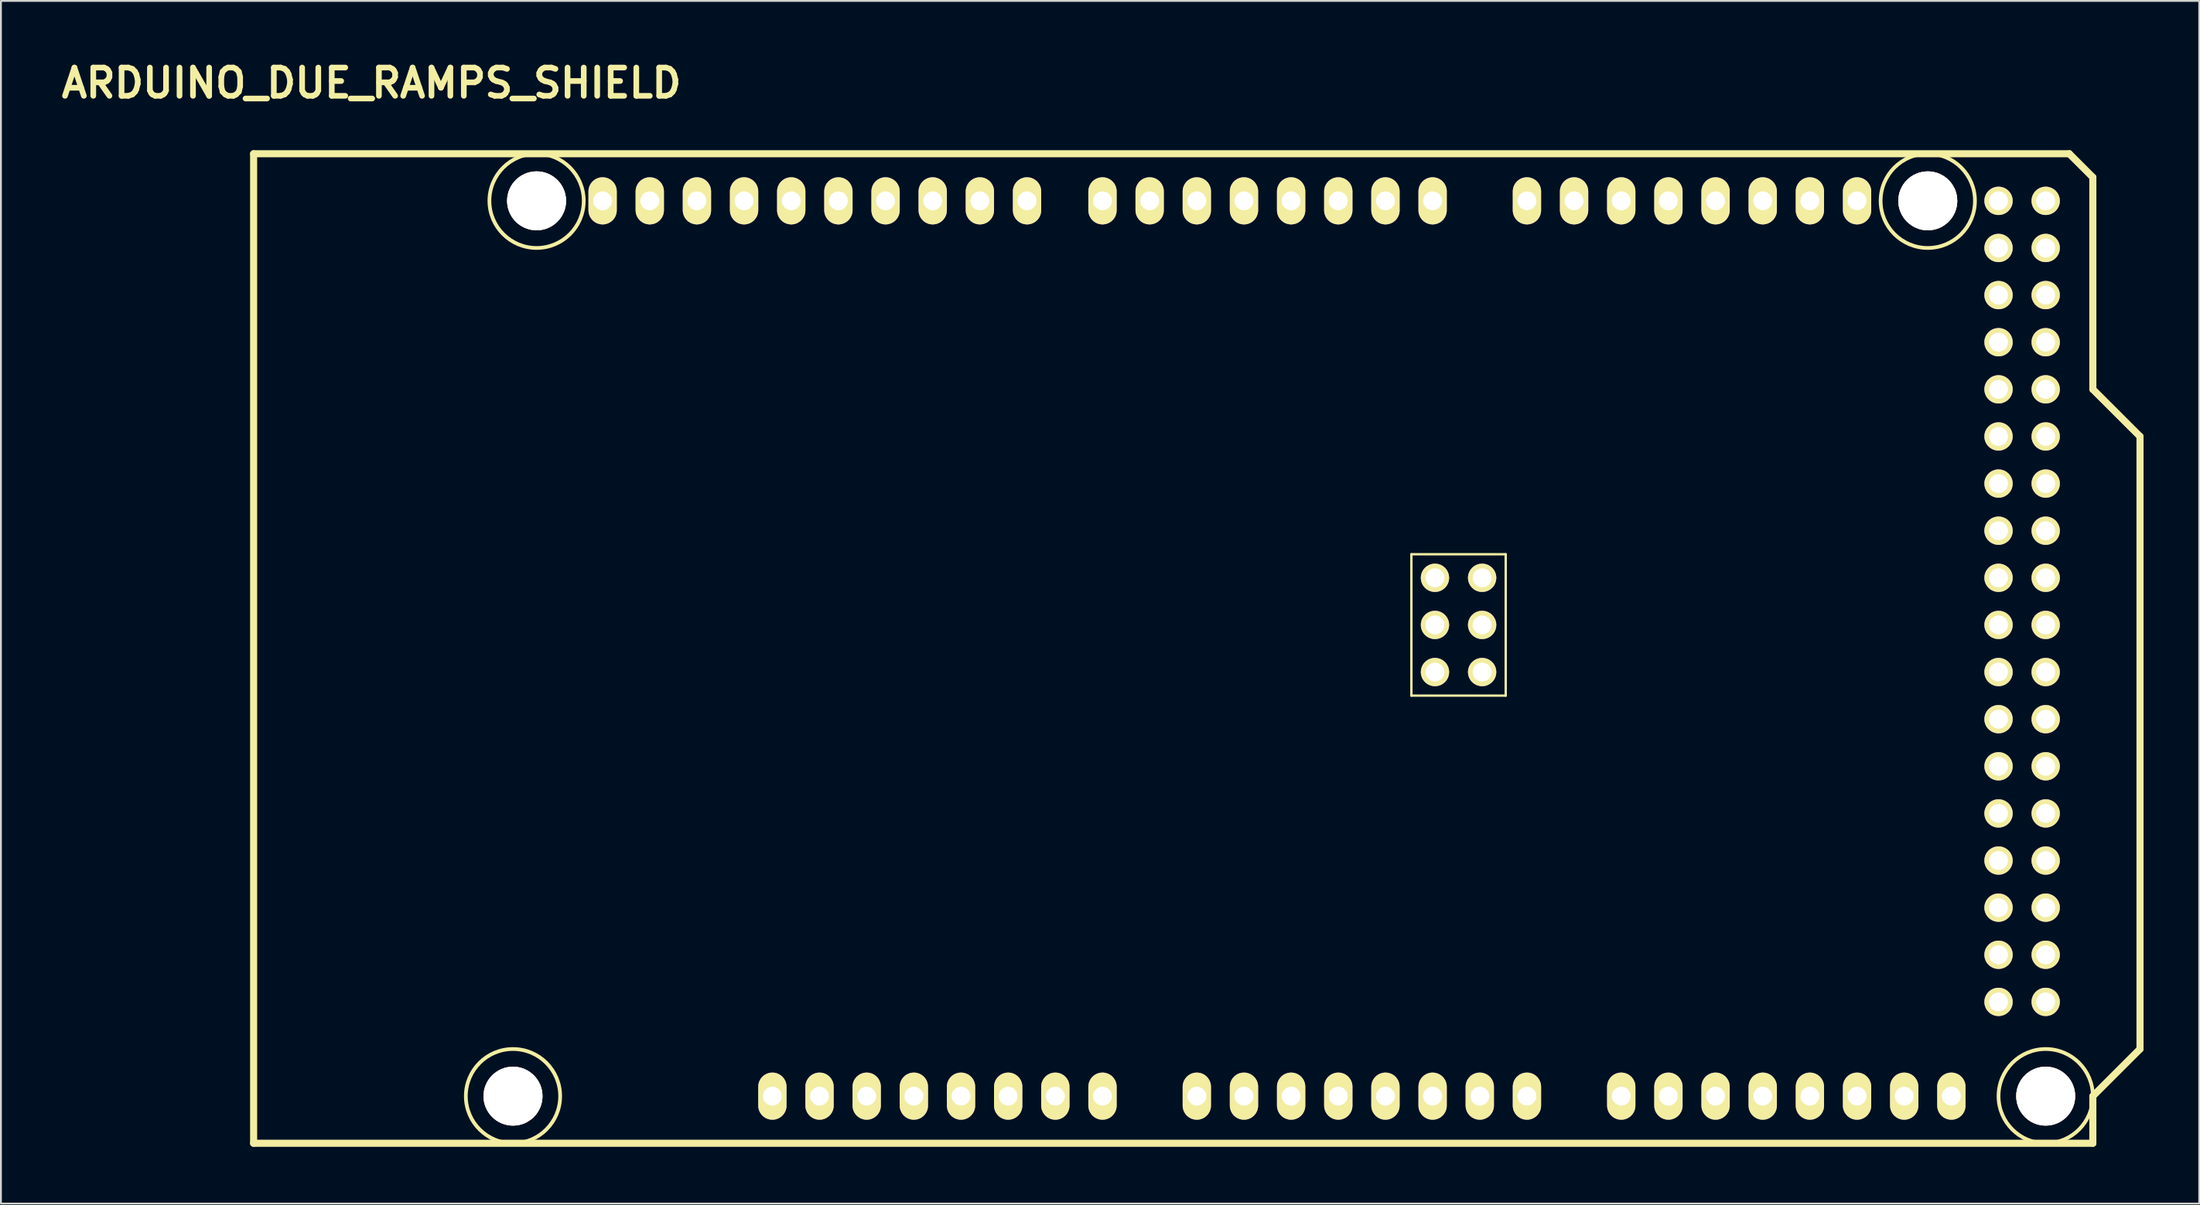
<source format=kicad_pcb>
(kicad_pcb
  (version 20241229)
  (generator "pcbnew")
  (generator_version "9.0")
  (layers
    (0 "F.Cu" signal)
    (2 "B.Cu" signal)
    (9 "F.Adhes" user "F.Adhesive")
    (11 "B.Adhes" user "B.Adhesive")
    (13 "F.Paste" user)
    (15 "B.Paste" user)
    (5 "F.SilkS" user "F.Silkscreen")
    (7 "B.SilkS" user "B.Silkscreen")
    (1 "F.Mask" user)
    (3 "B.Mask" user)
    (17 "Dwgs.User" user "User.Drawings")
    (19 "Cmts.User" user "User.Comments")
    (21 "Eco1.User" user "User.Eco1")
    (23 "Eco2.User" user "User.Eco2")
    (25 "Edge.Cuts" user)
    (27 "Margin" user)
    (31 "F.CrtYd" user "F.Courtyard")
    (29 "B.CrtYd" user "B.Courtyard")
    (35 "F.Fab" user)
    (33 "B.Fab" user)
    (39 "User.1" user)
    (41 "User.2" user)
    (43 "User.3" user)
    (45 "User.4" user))
  (footprint "ARDUINO_DUE_RAMPS_SHIELD"
    (layer "F.Cu")
    (at 10.61 58.576)
    (property "Reference" "ARDUINO_DUE_RAMPS_SHIELD" (at 6.35 -57.15 0) (layer "F.SilkS") (effects (font (size 1.524 1.524) (thickness 0.305))))
    (attr through_hole)
    (fp_line (start 0 0) (end 0 -53.34) (stroke (width 0.381) (type solid)) (layer "F.SilkS"))
    (fp_line (start 62.357 -31.75) (end 62.357 -24.13) (stroke (width 0.127) (type solid)) (layer "F.SilkS"))
    (fp_line (start 62.357 -24.13) (end 67.437 -24.13) (stroke (width 0.127) (type solid)) (layer "F.SilkS"))
    (fp_line (start 67.437 -31.75) (end 62.357 -31.75) (stroke (width 0.127) (type solid)) (layer "F.SilkS"))
    (fp_line (start 67.437 -24.13) (end 67.437 -31.75) (stroke (width 0.127) (type solid)) (layer "F.SilkS"))
    (fp_line (start 97.79 -53.34) (end 0 -53.34) (stroke (width 0.381) (type solid)) (layer "F.SilkS"))
    (fp_line (start 99.06 -52.07) (end 97.79 -53.34) (stroke (width 0.381) (type solid)) (layer "F.SilkS"))
    (fp_line (start 99.06 -40.64) (end 99.06 -52.07) (stroke (width 0.381) (type solid)) (layer "F.SilkS"))
    (fp_line (start 99.06 -40.64) (end 101.6 -38.1) (stroke (width 0.381) (type solid)) (layer "F.SilkS"))
    (fp_line (start 99.06 -2.54) (end 99.06 0) (stroke (width 0.381) (type solid)) (layer "F.SilkS"))
    (fp_line (start 99.06 0) (end 0 0) (stroke (width 0.381) (type solid)) (layer "F.SilkS"))
    (fp_line (start 101.6 -38.1) (end 101.6 -5.08) (stroke (width 0.381) (type solid)) (layer "F.SilkS"))
    (fp_line (start 101.6 -5.08) (end 99.06 -2.54) (stroke (width 0.381) (type solid)) (layer "F.SilkS"))
    (fp_circle (center 13.97 -2.54) (end 16.51 -2.54) (stroke (width 0.201) (type solid)) (fill no) (layer "F.SilkS"))
    (fp_circle (center 15.24 -50.8) (end 17.78 -50.8) (stroke (width 0.201) (type solid)) (fill no) (layer "F.SilkS"))
    (fp_circle (center 90.17 -50.8) (end 92.71 -50.8) (stroke (width 0.201) (type solid)) (fill no) (layer "F.SilkS"))
    (fp_circle (center 96.52 -2.54) (end 99.06 -2.54) (stroke (width 0.201) (type solid)) (fill no) (layer "F.SilkS"))
    (pad "" thru_hole circle (at 13.97 -2.54 90) (size 3.175 3.175) (drill 3.175) (layers "*.Cu" "*.Mask" "F.SilkS"))
    (pad "" thru_hole circle (at 15.24 -50.8) (size 3.175 3.175) (drill 3.175) (layers "*.Cu" "*.Mask" "F.SilkS"))
    (pad "" thru_hole circle (at 90.17 -50.8) (size 3.175 3.175) (drill 3.175) (layers "*.Cu" "*.Mask" "F.SilkS"))
    (pad "" thru_hole circle (at 96.52 -2.54 90) (size 3.175 3.175) (drill 3.175) (layers "*.Cu" "*.Mask" "F.SilkS"))
    (pad "0" thru_hole oval (at 63.5 -50.8 90) (size 2.54 1.524) (drill 1.016) (layers "*.Cu" "*.Mask" "F.SilkS"))
    (pad "1" thru_hole oval (at 60.96 -50.8 90) (size 2.54 1.524) (drill 1.016) (layers "*.Cu" "*.Mask" "F.SilkS"))
    (pad "2" thru_hole oval (at 58.42 -50.8 90) (size 2.54 1.524) (drill 1.016) (layers "*.Cu" "*.Mask" "F.SilkS"))
    (pad "3" thru_hole oval (at 55.88 -50.8 90) (size 2.54 1.524) (drill 1.016) (layers "*.Cu" "*.Mask" "F.SilkS"))
    (pad "3V3" thru_hole oval (at 35.56 -2.54 90) (size 2.54 1.524) (drill 1.016) (layers "*.Cu" "*.Mask" "F.SilkS"))
    (pad "4" thru_hole oval (at 53.34 -50.8 90) (size 2.54 1.524) (drill 1.016) (layers "*.Cu" "*.Mask" "F.SilkS"))
    (pad "5" thru_hole oval (at 50.8 -50.8 90) (size 2.54 1.524) (drill 1.016) (layers "*.Cu" "*.Mask" "F.SilkS"))
    (pad "5V" thru_hole oval (at 38.1 -2.54 90) (size 2.54 1.524) (drill 1.016) (layers "*.Cu" "*.Mask" "F.SilkS"))
    (pad "5V_4" thru_hole circle (at 93.98 -50.8) (size 1.524 1.524) (drill 1.016) (layers "*.Cu" "*.Mask" "F.SilkS"))
    (pad "5V_5" thru_hole circle (at 96.52 -50.8) (size 1.524 1.524) (drill 1.016) (layers "*.Cu" "*.Mask" "F.SilkS"))
    (pad "6" thru_hole oval (at 48.26 -50.8 90) (size 2.54 1.524) (drill 1.016) (layers "*.Cu" "*.Mask" "F.SilkS"))
    (pad "7" thru_hole oval (at 45.72 -50.8 90) (size 2.54 1.524) (drill 1.016) (layers "*.Cu" "*.Mask" "F.SilkS"))
    (pad "8" thru_hole oval (at 41.656 -50.8 90) (size 2.54 1.524) (drill 1.016) (layers "*.Cu" "*.Mask" "F.SilkS"))
    (pad "9" thru_hole oval (at 39.116 -50.8 90) (size 2.54 1.524) (drill 1.016) (layers "*.Cu" "*.Mask" "F.SilkS"))
    (pad "10" thru_hole oval (at 36.576 -50.8 90) (size 2.54 1.524) (drill 1.016) (layers "*.Cu" "*.Mask" "F.SilkS"))
    (pad "11" thru_hole oval (at 34.036 -50.8 90) (size 2.54 1.524) (drill 1.016) (layers "*.Cu" "*.Mask" "F.SilkS"))
    (pad "12" thru_hole oval (at 31.496 -50.8 90) (size 2.54 1.524) (drill 1.016) (layers "*.Cu" "*.Mask" "F.SilkS"))
    (pad "13" thru_hole oval (at 28.956 -50.8 90) (size 2.54 1.524) (drill 1.016) (layers "*.Cu" "*.Mask" "F.SilkS"))
    (pad "14" thru_hole oval (at 68.58 -50.8 90) (size 2.54 1.524) (drill 1.016) (layers "*.Cu" "*.Mask" "F.SilkS"))
    (pad "15" thru_hole oval (at 71.12 -50.8 90) (size 2.54 1.524) (drill 1.016) (layers "*.Cu" "*.Mask" "F.SilkS"))
    (pad "16" thru_hole oval (at 73.66 -50.8 90) (size 2.54 1.524) (drill 1.016) (layers "*.Cu" "*.Mask" "F.SilkS"))
    (pad "17" thru_hole oval (at 76.2 -50.8 90) (size 2.54 1.524) (drill 1.016) (layers "*.Cu" "*.Mask" "F.SilkS"))
    (pad "18" thru_hole oval (at 78.74 -50.8 90) (size 2.54 1.524) (drill 1.016) (layers "*.Cu" "*.Mask" "F.SilkS"))
    (pad "19" thru_hole oval (at 81.28 -50.8 90) (size 2.54 1.524) (drill 1.016) (layers "*.Cu" "*.Mask" "F.SilkS"))
    (pad "20" thru_hole oval (at 83.82 -50.8 90) (size 2.54 1.524) (drill 1.016) (layers "*.Cu" "*.Mask" "F.SilkS"))
    (pad "21" thru_hole oval (at 86.36 -50.8 90) (size 2.54 1.524) (drill 1.016) (layers "*.Cu" "*.Mask" "F.SilkS"))
    (pad "22" thru_hole circle (at 93.98 -48.26) (size 1.524 1.524) (drill 1.016) (layers "*.Cu" "*.Mask" "F.SilkS"))
    (pad "23" thru_hole circle (at 96.52 -48.26) (size 1.524 1.524) (drill 1.016) (layers "*.Cu" "*.Mask" "F.SilkS"))
    (pad "24" thru_hole circle (at 93.98 -45.72) (size 1.524 1.524) (drill 1.016) (layers "*.Cu" "*.Mask" "F.SilkS"))
    (pad "25" thru_hole circle (at 96.52 -45.72) (size 1.524 1.524) (drill 1.016) (layers "*.Cu" "*.Mask" "F.SilkS"))
    (pad "26" thru_hole circle (at 93.98 -43.18) (size 1.524 1.524) (drill 1.016) (layers "*.Cu" "*.Mask" "F.SilkS"))
    (pad "27" thru_hole circle (at 96.52 -43.18) (size 1.524 1.524) (drill 1.016) (layers "*.Cu" "*.Mask" "F.SilkS"))
    (pad "28" thru_hole circle (at 93.98 -40.64) (size 1.524 1.524) (drill 1.016) (layers "*.Cu" "*.Mask" "F.SilkS"))
    (pad "29" thru_hole circle (at 96.52 -40.64) (size 1.524 1.524) (drill 1.016) (layers "*.Cu" "*.Mask" "F.SilkS"))
    (pad "30" thru_hole circle (at 93.98 -38.1) (size 1.524 1.524) (drill 1.016) (layers "*.Cu" "*.Mask" "F.SilkS"))
    (pad "31" thru_hole circle (at 96.52 -38.1) (size 1.524 1.524) (drill 1.016) (layers "*.Cu" "*.Mask" "F.SilkS"))
    (pad "32" thru_hole circle (at 93.98 -35.56) (size 1.524 1.524) (drill 1.016) (layers "*.Cu" "*.Mask" "F.SilkS"))
    (pad "33" thru_hole circle (at 96.52 -35.56) (size 1.524 1.524) (drill 1.016) (layers "*.Cu" "*.Mask" "F.SilkS"))
    (pad "34" thru_hole circle (at 93.98 -33.02) (size 1.524 1.524) (drill 1.016) (layers "*.Cu" "*.Mask" "F.SilkS"))
    (pad "35" thru_hole circle (at 96.52 -33.02) (size 1.524 1.524) (drill 1.016) (layers "*.Cu" "*.Mask" "F.SilkS"))
    (pad "36" thru_hole circle (at 93.98 -30.48) (size 1.524 1.524) (drill 1.016) (layers "*.Cu" "*.Mask" "F.SilkS"))
    (pad "37" thru_hole circle (at 96.52 -30.48) (size 1.524 1.524) (drill 1.016) (layers "*.Cu" "*.Mask" "F.SilkS"))
    (pad "38" thru_hole circle (at 93.98 -27.94) (size 1.524 1.524) (drill 1.016) (layers "*.Cu" "*.Mask" "F.SilkS"))
    (pad "39" thru_hole circle (at 96.52 -27.94) (size 1.524 1.524) (drill 1.016) (layers "*.Cu" "*.Mask" "F.SilkS"))
    (pad "40" thru_hole circle (at 93.98 -25.4) (size 1.524 1.524) (drill 1.016) (layers "*.Cu" "*.Mask" "F.SilkS"))
    (pad "41" thru_hole circle (at 96.52 -25.4) (size 1.524 1.524) (drill 1.016) (layers "*.Cu" "*.Mask" "F.SilkS"))
    (pad "42" thru_hole circle (at 93.98 -22.86) (size 1.524 1.524) (drill 1.016) (layers "*.Cu" "*.Mask" "F.SilkS"))
    (pad "43" thru_hole circle (at 96.52 -22.86) (size 1.524 1.524) (drill 1.016) (layers "*.Cu" "*.Mask" "F.SilkS"))
    (pad "44" thru_hole circle (at 93.98 -20.32) (size 1.524 1.524) (drill 1.016) (layers "*.Cu" "*.Mask" "F.SilkS"))
    (pad "45" thru_hole circle (at 96.52 -20.32) (size 1.524 1.524) (drill 1.016) (layers "*.Cu" "*.Mask" "F.SilkS"))
    (pad "46" thru_hole circle (at 93.98 -17.78) (size 1.524 1.524) (drill 1.016) (layers "*.Cu" "*.Mask" "F.SilkS"))
    (pad "47" thru_hole circle (at 96.52 -17.78) (size 1.524 1.524) (drill 1.016) (layers "*.Cu" "*.Mask" "F.SilkS"))
    (pad "48" thru_hole circle (at 93.98 -15.24) (size 1.524 1.524) (drill 1.016) (layers "*.Cu" "*.Mask" "F.SilkS"))
    (pad "49" thru_hole circle (at 96.52 -15.24) (size 1.524 1.524) (drill 1.016) (layers "*.Cu" "*.Mask" "F.SilkS"))
    (pad "50" thru_hole circle (at 93.98 -12.7) (size 1.524 1.524) (drill 1.016) (layers "*.Cu" "*.Mask" "F.SilkS"))
    (pad "51" thru_hole circle (at 96.52 -12.7) (size 1.524 1.524) (drill 1.016) (layers "*.Cu" "*.Mask" "F.SilkS"))
    (pad "52" thru_hole circle (at 93.98 -10.16) (size 1.524 1.524) (drill 1.016) (layers "*.Cu" "*.Mask" "F.SilkS"))
    (pad "53" thru_hole circle (at 96.52 -10.16) (size 1.524 1.524) (drill 1.016) (layers "*.Cu" "*.Mask" "F.SilkS"))
    (pad "AD0" thru_hole oval (at 50.8 -2.54 90) (size 2.54 1.524) (drill 1.016) (layers "*.Cu" "*.Mask" "F.SilkS"))
    (pad "AD1" thru_hole oval (at 53.34 -2.54 90) (size 2.54 1.524) (drill 1.016) (layers "*.Cu" "*.Mask" "F.SilkS"))
    (pad "AD2" thru_hole oval (at 55.88 -2.54 90) (size 2.54 1.524) (drill 1.016) (layers "*.Cu" "*.Mask" "F.SilkS"))
    (pad "AD3" thru_hole oval (at 58.42 -2.54 90) (size 2.54 1.524) (drill 1.016) (layers "*.Cu" "*.Mask" "F.SilkS"))
    (pad "AD4" thru_hole oval (at 60.96 -2.54 90) (size 2.54 1.524) (drill 1.016) (layers "*.Cu" "*.Mask" "F.SilkS"))
    (pad "AD5" thru_hole oval (at 63.5 -2.54 90) (size 2.54 1.524) (drill 1.016) (layers "*.Cu" "*.Mask" "F.SilkS"))
    (pad "AD6" thru_hole oval (at 66.04 -2.54 90) (size 2.54 1.524) (drill 1.016) (layers "*.Cu" "*.Mask" "F.SilkS"))
    (pad "AD7" thru_hole oval (at 68.58 -2.54 90) (size 2.54 1.524) (drill 1.016) (layers "*.Cu" "*.Mask" "F.SilkS"))
    (pad "AD8" thru_hole oval (at 73.66 -2.54 90) (size 2.54 1.524) (drill 1.016) (layers "*.Cu" "*.Mask" "F.SilkS"))
    (pad "AD9" thru_hole oval (at 76.2 -2.54 90) (size 2.54 1.524) (drill 1.016) (layers "*.Cu" "*.Mask" "F.SilkS"))
    (pad "AD10" thru_hole oval (at 78.74 -2.54 90) (size 2.54 1.524) (drill 1.016) (layers "*.Cu" "*.Mask" "F.SilkS"))
    (pad "AD11" thru_hole oval (at 81.28 -2.54 90) (size 2.54 1.524) (drill 1.016) (layers "*.Cu" "*.Mask" "F.SilkS"))
    (pad "AD12" thru_hole oval (at 83.82 -2.54 90) (size 2.54 1.524) (drill 1.016) (layers "*.Cu" "*.Mask" "F.SilkS"))
    (pad "AD13" thru_hole oval (at 86.36 -2.54 90) (size 2.54 1.524) (drill 1.016) (layers "*.Cu" "*.Mask" "F.SilkS"))
    (pad "AD14" thru_hole oval (at 88.9 -2.54 90) (size 2.54 1.524) (drill 1.016) (layers "*.Cu" "*.Mask" "F.SilkS"))
    (pad "AD15" thru_hole oval (at 91.44 -2.54 90) (size 2.54 1.524) (drill 1.016) (layers "*.Cu" "*.Mask" "F.SilkS"))
    (pad "AREF" thru_hole oval (at 23.876 -50.8 90) (size 2.54 1.524) (drill 1.016) (layers "*.Cu" "*.Mask" "F.SilkS"))
    (pad "GND" thru_hole oval (at 26.416 -50.8 90) (size 2.54 1.524) (drill 1.016) (layers "*.Cu" "*.Mask" "F.SilkS"))
    (pad "GND" thru_hole oval (at 40.64 -2.54 90) (size 2.54 1.524) (drill 1.016) (layers "*.Cu" "*.Mask" "F.SilkS"))
    (pad "GND" thru_hole oval (at 43.18 -2.54 90) (size 2.54 1.524) (drill 1.016) (layers "*.Cu" "*.Mask" "F.SilkS"))
    (pad "GND4" thru_hole circle (at 93.98 -7.62) (size 1.524 1.524) (drill 1.016) (layers "*.Cu" "*.Mask" "F.SilkS"))
    (pad "GND5" thru_hole circle (at 96.52 -7.62) (size 1.524 1.524) (drill 1.016) (layers "*.Cu" "*.Mask" "F.SilkS"))
    (pad "IORF" thru_hole oval (at 30.48 -2.54 90) (size 2.54 1.524) (drill 1.016) (layers "*.Cu" "*.Mask" "F.SilkS"))
    (pad "NC1" thru_hole oval (at 27.94 -2.54 90) (size 2.54 1.524) (drill 1.016) (layers "*.Cu" "*.Mask" "F.SilkS"))
    (pad "RST" thru_hole oval (at 33.02 -2.54 90) (size 2.54 1.524) (drill 1.016) (layers "*.Cu" "*.Mask" "F.SilkS"))
    (pad "S5V" thru_hole circle (at 66.167 -30.48) (size 1.524 1.524) (drill 1.016) (layers "*.Cu" "*.Mask" "F.SilkS"))
    (pad "SCL1" thru_hole oval (at 18.796 -50.8 90) (size 2.54 1.524) (drill 1.016) (layers "*.Cu" "*.Mask" "F.SilkS"))
    (pad "SDA1" thru_hole oval (at 21.336 -50.8 90) (size 2.54 1.524) (drill 1.016) (layers "*.Cu" "*.Mask" "F.SilkS"))
    (pad "SGND" thru_hole circle (at 66.167 -25.4) (size 1.524 1.524) (drill 1.016) (layers "*.Cu" "*.Mask" "F.SilkS"))
    (pad "SMIS" thru_hole circle (at 63.627 -30.48) (size 1.524 1.524) (drill 1.016) (layers "*.Cu" "*.Mask" "F.SilkS"))
    (pad "SMOS" thru_hole circle (at 66.167 -27.94) (size 1.524 1.524) (drill 1.016) (layers "*.Cu" "*.Mask" "F.SilkS"))
    (pad "SRST" thru_hole circle (at 63.627 -25.4) (size 1.524 1.524) (drill 1.016) (layers "*.Cu" "*.Mask" "F.SilkS"))
    (pad "SSCK" thru_hole circle (at 63.627 -27.94) (size 1.524 1.524) (drill 1.016) (layers "*.Cu" "*.Mask" "F.SilkS"))
    (pad "V_IN" thru_hole oval (at 45.72 -2.54 90) (size 2.54 1.524) (drill 1.016) (layers "*.Cu" "*.Mask" "F.SilkS")))
  (gr_rect
    (start -3 -3)
    (end 115.4 61.826)
    (stroke (width 0.1) (type default))
    (fill no)
    (layer "Edge.Cuts")))
</source>
